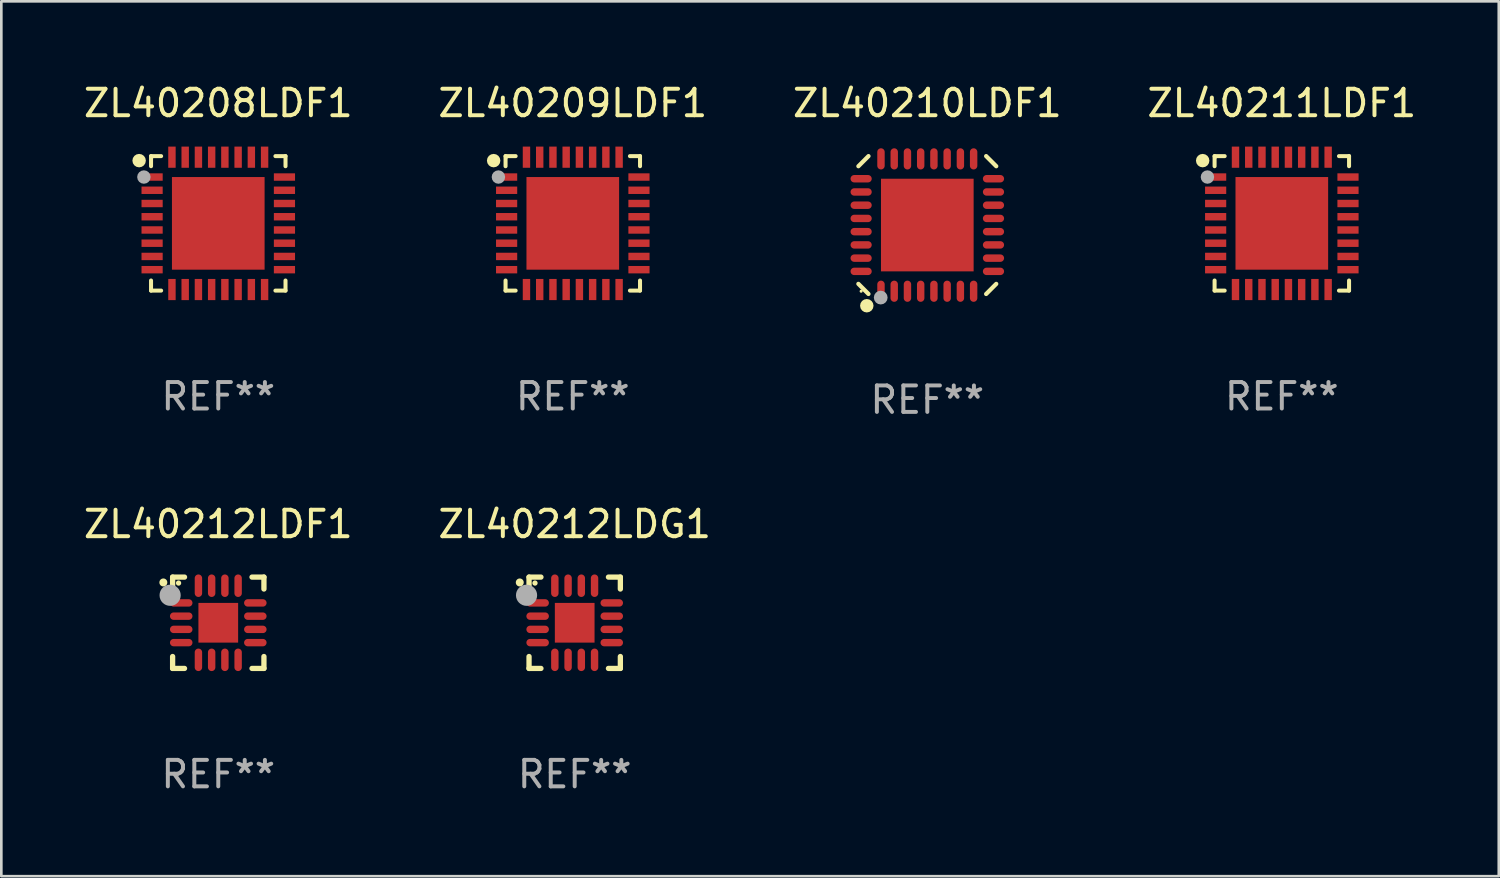
<source format=kicad_pcb>
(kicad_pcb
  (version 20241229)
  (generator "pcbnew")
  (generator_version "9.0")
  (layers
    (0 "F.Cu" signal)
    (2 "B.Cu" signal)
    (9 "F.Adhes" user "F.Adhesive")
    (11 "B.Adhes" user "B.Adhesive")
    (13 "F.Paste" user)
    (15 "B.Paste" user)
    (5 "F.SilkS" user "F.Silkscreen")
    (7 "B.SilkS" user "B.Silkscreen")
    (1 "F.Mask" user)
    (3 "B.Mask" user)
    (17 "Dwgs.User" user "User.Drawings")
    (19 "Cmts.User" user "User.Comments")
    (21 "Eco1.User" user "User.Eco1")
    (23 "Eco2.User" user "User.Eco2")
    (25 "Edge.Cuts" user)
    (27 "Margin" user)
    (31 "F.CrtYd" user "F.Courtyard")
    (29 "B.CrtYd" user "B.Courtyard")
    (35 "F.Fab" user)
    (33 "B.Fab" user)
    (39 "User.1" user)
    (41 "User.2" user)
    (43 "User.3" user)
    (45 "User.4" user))
  (footprint "ZL40209LDF1"
    (layer "F.Cu")
    (at 18.589 5.388)
    (property "Reference" "ZL40209LDF1" (at 0 -4.54 0) (layer "F.SilkS") (effects (font (size 1 1) (thickness 0.15))))
    (attr through_hole)
    (fp_line (start -2.54 -2.54) (end -2.159 -2.54) (stroke (width 0.152) (type solid)) (layer "F.SilkS"))
    (fp_line (start -2.54 -2.159) (end -2.54 -2.54) (stroke (width 0.152) (type solid)) (layer "F.SilkS"))
    (fp_line (start -2.54 2.54) (end -2.54 2.159) (stroke (width 0.152) (type solid)) (layer "F.SilkS"))
    (fp_line (start -2.159 2.54) (end -2.54 2.54) (stroke (width 0.152) (type solid)) (layer "F.SilkS"))
    (fp_line (start 2.159 -2.54) (end 2.54 -2.54) (stroke (width 0.152) (type solid)) (layer "F.SilkS"))
    (fp_line (start 2.54 -2.54) (end 2.54 -2.159) (stroke (width 0.152) (type solid)) (layer "F.SilkS"))
    (fp_line (start 2.54 2.159) (end 2.54 2.54) (stroke (width 0.152) (type solid)) (layer "F.SilkS"))
    (fp_line (start 2.54 2.54) (end 2.159 2.54) (stroke (width 0.152) (type solid)) (layer "F.SilkS"))
    (fp_circle (center -2.99 -2.37) (end -2.863 -2.37) (stroke (width 0.254) (type solid)) (fill no) (layer "F.SilkS"))
    (fp_circle (center -2.5 -2.5) (end -2.47 -2.5) (stroke (width 0.06) (type solid)) (fill no) (layer "F.SilkS"))
    (fp_circle (center -2.81 -1.75) (end -2.683 -1.75) (stroke (width 0.254) (type solid)) (fill no) (layer "F.Fab"))
    (fp_text user "REF**" (at 0 6.54 0) (layer "F.Fab") (effects (font (size 1 1) (thickness 0.15))))
    (pad "1" smd rect (at -2.5 -1.75 270) (size 0.28 0.8) (layers "F.Cu" "F.Mask" "F.Paste"))
    (pad "2" smd rect (at -2.5 -1.25 270) (size 0.28 0.8) (layers "F.Cu" "F.Mask" "F.Paste"))
    (pad "3" smd rect (at -2.5 -0.75 270) (size 0.28 0.8) (layers "F.Cu" "F.Mask" "F.Paste"))
    (pad "4" smd rect (at -2.5 -0.25 270) (size 0.28 0.8) (layers "F.Cu" "F.Mask" "F.Paste"))
    (pad "5" smd rect (at -2.5 0.25 270) (size 0.28 0.8) (layers "F.Cu" "F.Mask" "F.Paste"))
    (pad "6" smd rect (at -2.5 0.75 270) (size 0.28 0.8) (layers "F.Cu" "F.Mask" "F.Paste"))
    (pad "7" smd rect (at -2.5 1.25 270) (size 0.28 0.8) (layers "F.Cu" "F.Mask" "F.Paste"))
    (pad "8" smd rect (at -2.5 1.75 270) (size 0.28 0.8) (layers "F.Cu" "F.Mask" "F.Paste"))
    (pad "9" smd rect (at -1.75 2.5 270) (size 0.8 0.28) (layers "F.Cu" "F.Mask" "F.Paste"))
    (pad "10" smd rect (at -1.25 2.5 270) (size 0.8 0.28) (layers "F.Cu" "F.Mask" "F.Paste"))
    (pad "11" smd rect (at -0.75 2.5 270) (size 0.8 0.28) (layers "F.Cu" "F.Mask" "F.Paste"))
    (pad "12" smd rect (at -0.25 2.5 270) (size 0.8 0.28) (layers "F.Cu" "F.Mask" "F.Paste"))
    (pad "13" smd rect (at 0.25 2.5 270) (size 0.8 0.28) (layers "F.Cu" "F.Mask" "F.Paste"))
    (pad "14" smd rect (at 0.75 2.5 270) (size 0.8 0.28) (layers "F.Cu" "F.Mask" "F.Paste"))
    (pad "15" smd rect (at 1.25 2.5 270) (size 0.8 0.28) (layers "F.Cu" "F.Mask" "F.Paste"))
    (pad "16" smd rect (at 1.75 2.5 270) (size 0.8 0.28) (layers "F.Cu" "F.Mask" "F.Paste"))
    (pad "17" smd rect (at 2.5 1.75 270) (size 0.28 0.8) (layers "F.Cu" "F.Mask" "F.Paste"))
    (pad "18" smd rect (at 2.5 1.25 270) (size 0.28 0.8) (layers "F.Cu" "F.Mask" "F.Paste"))
    (pad "19" smd rect (at 2.5 0.75 270) (size 0.28 0.8) (layers "F.Cu" "F.Mask" "F.Paste"))
    (pad "20" smd rect (at 2.5 0.25 270) (size 0.28 0.8) (layers "F.Cu" "F.Mask" "F.Paste"))
    (pad "21" smd rect (at 2.5 -0.25 270) (size 0.28 0.8) (layers "F.Cu" "F.Mask" "F.Paste"))
    (pad "22" smd rect (at 2.5 -0.75 270) (size 0.28 0.8) (layers "F.Cu" "F.Mask" "F.Paste"))
    (pad "23" smd rect (at 2.5 -1.25 270) (size 0.28 0.8) (layers "F.Cu" "F.Mask" "F.Paste"))
    (pad "24" smd rect (at 2.5 -1.75 270) (size 0.28 0.8) (layers "F.Cu" "F.Mask" "F.Paste"))
    (pad "25" smd rect (at 1.75 -2.5 270) (size 0.8 0.28) (layers "F.Cu" "F.Mask" "F.Paste"))
    (pad "26" smd rect (at 1.25 -2.5 270) (size 0.8 0.28) (layers "F.Cu" "F.Mask" "F.Paste"))
    (pad "27" smd rect (at 0.75 -2.5 270) (size 0.8 0.28) (layers "F.Cu" "F.Mask" "F.Paste"))
    (pad "28" smd rect (at 0.25 -2.5 270) (size 0.8 0.28) (layers "F.Cu" "F.Mask" "F.Paste"))
    (pad "29" smd rect (at -0.25 -2.5 270) (size 0.8 0.28) (layers "F.Cu" "F.Mask" "F.Paste"))
    (pad "30" smd rect (at -0.75 -2.5 270) (size 0.8 0.28) (layers "F.Cu" "F.Mask" "F.Paste"))
    (pad "31" smd rect (at -1.25 -2.5 270) (size 0.8 0.28) (layers "F.Cu" "F.Mask" "F.Paste"))
    (pad "32" smd rect (at -1.75 -2.5 270) (size 0.8 0.28) (layers "F.Cu" "F.Mask" "F.Paste"))
    (pad "33" smd rect (at -0.000102 0.000102 270) (size 3.5 3.5) (layers "F.Cu" "F.Mask" "F.Paste")))
  (footprint "ZL40211LDF1"
    (layer "F.Cu")
    (at 45.375 5.388)
    (property "Reference" "ZL40211LDF1" (at 0 -4.54 0) (layer "F.SilkS") (effects (font (size 1 1) (thickness 0.15))))
    (attr through_hole)
    (fp_line (start -2.54 -2.54) (end -2.159 -2.54) (stroke (width 0.152) (type solid)) (layer "F.SilkS"))
    (fp_line (start -2.54 -2.159) (end -2.54 -2.54) (stroke (width 0.152) (type solid)) (layer "F.SilkS"))
    (fp_line (start -2.54 2.54) (end -2.54 2.159) (stroke (width 0.152) (type solid)) (layer "F.SilkS"))
    (fp_line (start -2.159 2.54) (end -2.54 2.54) (stroke (width 0.152) (type solid)) (layer "F.SilkS"))
    (fp_line (start 2.159 -2.54) (end 2.54 -2.54) (stroke (width 0.152) (type solid)) (layer "F.SilkS"))
    (fp_line (start 2.54 -2.54) (end 2.54 -2.159) (stroke (width 0.152) (type solid)) (layer "F.SilkS"))
    (fp_line (start 2.54 2.159) (end 2.54 2.54) (stroke (width 0.152) (type solid)) (layer "F.SilkS"))
    (fp_line (start 2.54 2.54) (end 2.159 2.54) (stroke (width 0.152) (type solid)) (layer "F.SilkS"))
    (fp_circle (center -2.99 -2.37) (end -2.863 -2.37) (stroke (width 0.254) (type solid)) (fill no) (layer "F.SilkS"))
    (fp_circle (center -2.5 -2.5) (end -2.47 -2.5) (stroke (width 0.06) (type solid)) (fill no) (layer "F.SilkS"))
    (fp_circle (center -2.81 -1.75) (end -2.683 -1.75) (stroke (width 0.254) (type solid)) (fill no) (layer "F.Fab"))
    (fp_text user "REF**" (at 0 6.54 0) (layer "F.Fab") (effects (font (size 1 1) (thickness 0.15))))
    (pad "1" smd rect (at -2.5 -1.75 270) (size 0.28 0.8) (layers "F.Cu" "F.Mask" "F.Paste"))
    (pad "2" smd rect (at -2.5 -1.25 270) (size 0.28 0.8) (layers "F.Cu" "F.Mask" "F.Paste"))
    (pad "3" smd rect (at -2.5 -0.75 270) (size 0.28 0.8) (layers "F.Cu" "F.Mask" "F.Paste"))
    (pad "4" smd rect (at -2.5 -0.25 270) (size 0.28 0.8) (layers "F.Cu" "F.Mask" "F.Paste"))
    (pad "5" smd rect (at -2.5 0.25 270) (size 0.28 0.8) (layers "F.Cu" "F.Mask" "F.Paste"))
    (pad "6" smd rect (at -2.5 0.75 270) (size 0.28 0.8) (layers "F.Cu" "F.Mask" "F.Paste"))
    (pad "7" smd rect (at -2.5 1.25 270) (size 0.28 0.8) (layers "F.Cu" "F.Mask" "F.Paste"))
    (pad "8" smd rect (at -2.5 1.75 270) (size 0.28 0.8) (layers "F.Cu" "F.Mask" "F.Paste"))
    (pad "9" smd rect (at -1.75 2.5 270) (size 0.8 0.28) (layers "F.Cu" "F.Mask" "F.Paste"))
    (pad "10" smd rect (at -1.25 2.5 270) (size 0.8 0.28) (layers "F.Cu" "F.Mask" "F.Paste"))
    (pad "11" smd rect (at -0.75 2.5 270) (size 0.8 0.28) (layers "F.Cu" "F.Mask" "F.Paste"))
    (pad "12" smd rect (at -0.25 2.5 270) (size 0.8 0.28) (layers "F.Cu" "F.Mask" "F.Paste"))
    (pad "13" smd rect (at 0.25 2.5 270) (size 0.8 0.28) (layers "F.Cu" "F.Mask" "F.Paste"))
    (pad "14" smd rect (at 0.75 2.5 270) (size 0.8 0.28) (layers "F.Cu" "F.Mask" "F.Paste"))
    (pad "15" smd rect (at 1.25 2.5 270) (size 0.8 0.28) (layers "F.Cu" "F.Mask" "F.Paste"))
    (pad "16" smd rect (at 1.75 2.5 270) (size 0.8 0.28) (layers "F.Cu" "F.Mask" "F.Paste"))
    (pad "17" smd rect (at 2.5 1.75 270) (size 0.28 0.8) (layers "F.Cu" "F.Mask" "F.Paste"))
    (pad "18" smd rect (at 2.5 1.25 270) (size 0.28 0.8) (layers "F.Cu" "F.Mask" "F.Paste"))
    (pad "19" smd rect (at 2.5 0.75 270) (size 0.28 0.8) (layers "F.Cu" "F.Mask" "F.Paste"))
    (pad "20" smd rect (at 2.5 0.25 270) (size 0.28 0.8) (layers "F.Cu" "F.Mask" "F.Paste"))
    (pad "21" smd rect (at 2.5 -0.25 270) (size 0.28 0.8) (layers "F.Cu" "F.Mask" "F.Paste"))
    (pad "22" smd rect (at 2.5 -0.75 270) (size 0.28 0.8) (layers "F.Cu" "F.Mask" "F.Paste"))
    (pad "23" smd rect (at 2.5 -1.25 270) (size 0.28 0.8) (layers "F.Cu" "F.Mask" "F.Paste"))
    (pad "24" smd rect (at 2.5 -1.75 270) (size 0.28 0.8) (layers "F.Cu" "F.Mask" "F.Paste"))
    (pad "25" smd rect (at 1.75 -2.5 270) (size 0.8 0.28) (layers "F.Cu" "F.Mask" "F.Paste"))
    (pad "26" smd rect (at 1.25 -2.5 270) (size 0.8 0.28) (layers "F.Cu" "F.Mask" "F.Paste"))
    (pad "27" smd rect (at 0.75 -2.5 270) (size 0.8 0.28) (layers "F.Cu" "F.Mask" "F.Paste"))
    (pad "28" smd rect (at 0.25 -2.5 270) (size 0.8 0.28) (layers "F.Cu" "F.Mask" "F.Paste"))
    (pad "29" smd rect (at -0.25 -2.5 270) (size 0.8 0.28) (layers "F.Cu" "F.Mask" "F.Paste"))
    (pad "30" smd rect (at -0.75 -2.5 270) (size 0.8 0.28) (layers "F.Cu" "F.Mask" "F.Paste"))
    (pad "31" smd rect (at -1.25 -2.5 270) (size 0.8 0.28) (layers "F.Cu" "F.Mask" "F.Paste"))
    (pad "32" smd rect (at -1.75 -2.5 270) (size 0.8 0.28) (layers "F.Cu" "F.Mask" "F.Paste"))
    (pad "33" smd rect (at -0.000102 0.000102 270) (size 3.5 3.5) (layers "F.Cu" "F.Mask" "F.Paste")))
  (footprint "ZL40212LDG1"
    (layer "F.Cu")
    (at 18.661 20.477)
    (property "Reference" "ZL40212LDG1" (at 0 -3.725 0) (layer "F.SilkS") (effects (font (size 1 1) (thickness 0.15))))
    (attr through_hole)
    (fp_line (start -1.725 -1.725) (end -1.275 -1.725) (stroke (width 0.2) (type solid)) (layer "F.SilkS"))
    (fp_line (start -1.725 -1.275) (end -1.725 -1.725) (stroke (width 0.2) (type solid)) (layer "F.SilkS"))
    (fp_line (start -1.725 1.725) (end -1.725 1.275) (stroke (width 0.2) (type solid)) (layer "F.SilkS"))
    (fp_line (start -1.275 1.725) (end -1.725 1.725) (stroke (width 0.2) (type solid)) (layer "F.SilkS"))
    (fp_line (start 1.275 -1.725) (end 1.725 -1.725) (stroke (width 0.2) (type solid)) (layer "F.SilkS"))
    (fp_line (start 1.275 1.725) (end 1.725 1.725) (stroke (width 0.2) (type solid)) (layer "F.SilkS"))
    (fp_line (start 1.725 -1.725) (end 1.725 -1.275) (stroke (width 0.2) (type solid)) (layer "F.SilkS"))
    (fp_line (start 1.725 1.725) (end 1.725 1.275) (stroke (width 0.2) (type solid)) (layer "F.SilkS"))
    (fp_arc (start -2.075184 -1.521463) (mid -2.075189 -1.522733) (end -2.075184 -1.524003) (stroke (width 0.3) (type solid)) (layer "F.SilkS"))
    (fp_circle (center -1.5 -1.5) (end -1.45 -1.5) (stroke (width 0.1) (type solid)) (fill no) (layer "F.SilkS"))
    (fp_circle (center -1.819 -1.039) (end -1.619 -1.039) (stroke (width 0.4) (type solid)) (fill no) (layer "F.Fab"))
    (fp_text user "REF**" (at 0 5.725 0) (layer "F.Fab") (effects (font (size 1 1) (thickness 0.15))))
    (pad "1" smd oval (at -1.4 -0.75 90) (size 0.28 0.85) (layers "F.Cu" "F.Mask" "F.Paste"))
    (pad "2" smd oval (at -1.4 -0.25 90) (size 0.28 0.85) (layers "F.Cu" "F.Mask" "F.Paste"))
    (pad "3" smd oval (at -1.4 0.25 90) (size 0.28 0.85) (layers "F.Cu" "F.Mask" "F.Paste"))
    (pad "4" smd oval (at -1.4 0.75 90) (size 0.28 0.85) (layers "F.Cu" "F.Mask" "F.Paste"))
    (pad "5" smd oval (at -0.75 1.4) (size 0.28 0.85) (layers "F.Cu" "F.Mask" "F.Paste"))
    (pad "6" smd oval (at -0.25 1.4) (size 0.28 0.85) (layers "F.Cu" "F.Mask" "F.Paste"))
    (pad "7" smd oval (at 0.25 1.4) (size 0.28 0.85) (layers "F.Cu" "F.Mask" "F.Paste"))
    (pad "8" smd oval (at 0.75 1.4) (size 0.28 0.85) (layers "F.Cu" "F.Mask" "F.Paste"))
    (pad "9" smd oval (at 1.4 0.75 90) (size 0.28 0.85) (layers "F.Cu" "F.Mask" "F.Paste"))
    (pad "10" smd oval (at 1.4 0.25 90) (size 0.28 0.85) (layers "F.Cu" "F.Mask" "F.Paste"))
    (pad "11" smd oval (at 1.4 -0.25 90) (size 0.28 0.85) (layers "F.Cu" "F.Mask" "F.Paste"))
    (pad "12" smd oval (at 1.4 -0.75 90) (size 0.28 0.85) (layers "F.Cu" "F.Mask" "F.Paste"))
    (pad "13" smd oval (at 0.75 -1.4) (size 0.28 0.85) (layers "F.Cu" "F.Mask" "F.Paste"))
    (pad "14" smd oval (at 0.25 -1.4) (size 0.28 0.85) (layers "F.Cu" "F.Mask" "F.Paste"))
    (pad "15" smd oval (at -0.25 -1.4) (size 0.28 0.85) (layers "F.Cu" "F.Mask" "F.Paste"))
    (pad "16" smd oval (at -0.75 -1.4) (size 0.28 0.85) (layers "F.Cu" "F.Mask" "F.Paste"))
    (pad "17" smd rect (at -0.000051 -0.000051) (size 1.5 1.5) (layers "F.Cu" "F.Mask" "F.Paste")))
  (footprint "ZL40210LDF1"
    (layer "F.Cu")
    (at 31.982 5.452)
    (property "Reference" "ZL40210LDF1" (at 0 -4.604 0) (layer "F.SilkS") (effects (font (size 1 1) (thickness 0.15))))
    (attr through_hole)
    (fp_line (start -2.223 2.603) (end -2.604 2.222) (stroke (width 0.16) (type solid)) (layer "F.SilkS"))
    (fp_line (start -2.222 -2.604) (end -2.603 -2.223) (stroke (width 0.16) (type solid)) (layer "F.SilkS"))
    (fp_line (start 2.223 -2.604) (end 2.604 -2.223) (stroke (width 0.16) (type solid)) (layer "F.SilkS"))
    (fp_line (start 2.604 2.223) (end 2.223 2.604) (stroke (width 0.16) (type solid)) (layer "F.SilkS"))
    (fp_circle (center -2.5 2.5) (end -2.47 2.5) (stroke (width 0.06) (type solid)) (fill no) (layer "F.SilkS"))
    (fp_circle (center -2.286 3.048) (end -2.159 3.048) (stroke (width 0.254) (type solid)) (fill no) (layer "F.SilkS"))
    (fp_circle (center -1.76 2.74) (end -1.63 2.74) (stroke (width 0.26) (type solid)) (fill no) (layer "F.Fab"))
    (fp_text user "REF**" (at 0 6.604 0) (layer "F.Fab") (effects (font (size 1 1) (thickness 0.15))))
    (pad "1" smd oval (at -1.75 2.5) (size 0.28 0.8) (layers "F.Cu" "F.Mask" "F.Paste"))
    (pad "2" smd oval (at -1.25 2.5) (size 0.28 0.8) (layers "F.Cu" "F.Mask" "F.Paste"))
    (pad "3" smd oval (at -0.75 2.5) (size 0.28 0.8) (layers "F.Cu" "F.Mask" "F.Paste"))
    (pad "4" smd oval (at -0.25 2.5) (size 0.28 0.8) (layers "F.Cu" "F.Mask" "F.Paste"))
    (pad "5" smd oval (at 0.25 2.5) (size 0.28 0.8) (layers "F.Cu" "F.Mask" "F.Paste"))
    (pad "6" smd oval (at 0.75 2.5) (size 0.28 0.8) (layers "F.Cu" "F.Mask" "F.Paste"))
    (pad "7" smd oval (at 1.25 2.5) (size 0.28 0.8) (layers "F.Cu" "F.Mask" "F.Paste"))
    (pad "8" smd oval (at 1.75 2.5) (size 0.28 0.8) (layers "F.Cu" "F.Mask" "F.Paste"))
    (pad "9" smd oval (at 2.5 1.75) (size 0.8 0.28) (layers "F.Cu" "F.Mask" "F.Paste"))
    (pad "10" smd oval (at 2.5 1.25) (size 0.8 0.28) (layers "F.Cu" "F.Mask" "F.Paste"))
    (pad "11" smd oval (at 2.5 0.75) (size 0.8 0.28) (layers "F.Cu" "F.Mask" "F.Paste"))
    (pad "12" smd oval (at 2.5 0.25) (size 0.8 0.28) (layers "F.Cu" "F.Mask" "F.Paste"))
    (pad "13" smd oval (at 2.5 -0.25) (size 0.8 0.28) (layers "F.Cu" "F.Mask" "F.Paste"))
    (pad "14" smd oval (at 2.5 -0.75) (size 0.8 0.28) (layers "F.Cu" "F.Mask" "F.Paste"))
    (pad "15" smd oval (at 2.5 -1.25) (size 0.8 0.28) (layers "F.Cu" "F.Mask" "F.Paste"))
    (pad "16" smd oval (at 2.5 -1.75) (size 0.8 0.28) (layers "F.Cu" "F.Mask" "F.Paste"))
    (pad "17" smd oval (at 1.75 -2.5) (size 0.28 0.8) (layers "F.Cu" "F.Mask" "F.Paste"))
    (pad "18" smd oval (at 1.25 -2.5) (size 0.28 0.8) (layers "F.Cu" "F.Mask" "F.Paste"))
    (pad "19" smd oval (at 0.75 -2.5) (size 0.28 0.8) (layers "F.Cu" "F.Mask" "F.Paste"))
    (pad "20" smd oval (at 0.25 -2.5) (size 0.28 0.8) (layers "F.Cu" "F.Mask" "F.Paste"))
    (pad "21" smd oval (at -0.25 -2.5) (size 0.28 0.8) (layers "F.Cu" "F.Mask" "F.Paste"))
    (pad "22" smd oval (at -0.75 -2.5) (size 0.28 0.8) (layers "F.Cu" "F.Mask" "F.Paste"))
    (pad "23" smd oval (at -1.25 -2.5) (size 0.28 0.8) (layers "F.Cu" "F.Mask" "F.Paste"))
    (pad "24" smd oval (at -1.75 -2.5) (size 0.28 0.8) (layers "F.Cu" "F.Mask" "F.Paste"))
    (pad "25" smd oval (at -2.5 -1.75) (size 0.8 0.28) (layers "F.Cu" "F.Mask" "F.Paste"))
    (pad "26" smd oval (at -2.5 -1.25) (size 0.8 0.28) (layers "F.Cu" "F.Mask" "F.Paste"))
    (pad "27" smd oval (at -2.5 -0.75) (size 0.8 0.28) (layers "F.Cu" "F.Mask" "F.Paste"))
    (pad "28" smd oval (at -2.5 -0.25) (size 0.8 0.28) (layers "F.Cu" "F.Mask" "F.Paste"))
    (pad "29" smd oval (at -2.5 0.25) (size 0.8 0.28) (layers "F.Cu" "F.Mask" "F.Paste"))
    (pad "30" smd oval (at -2.5 0.75) (size 0.8 0.28) (layers "F.Cu" "F.Mask" "F.Paste"))
    (pad "31" smd oval (at -2.5 1.25) (size 0.8 0.28) (layers "F.Cu" "F.Mask" "F.Paste"))
    (pad "32" smd oval (at -2.5 1.75) (size 0.8 0.28) (layers "F.Cu" "F.Mask" "F.Paste"))
    (pad "33" smd rect (at 0.000038 -0.000025) (size 3.5 3.5) (layers "F.Cu" "F.Mask" "F.Paste")))
  (footprint "ZL40208LDF1"
    (layer "F.Cu")
    (at 5.196 5.388)
    (property "Reference" "ZL40208LDF1" (at 0 -4.54 0) (layer "F.SilkS") (effects (font (size 1 1) (thickness 0.15))))
    (attr through_hole)
    (fp_line (start -2.54 -2.54) (end -2.159 -2.54) (stroke (width 0.152) (type solid)) (layer "F.SilkS"))
    (fp_line (start -2.54 -2.159) (end -2.54 -2.54) (stroke (width 0.152) (type solid)) (layer "F.SilkS"))
    (fp_line (start -2.54 2.54) (end -2.54 2.159) (stroke (width 0.152) (type solid)) (layer "F.SilkS"))
    (fp_line (start -2.159 2.54) (end -2.54 2.54) (stroke (width 0.152) (type solid)) (layer "F.SilkS"))
    (fp_line (start 2.159 -2.54) (end 2.54 -2.54) (stroke (width 0.152) (type solid)) (layer "F.SilkS"))
    (fp_line (start 2.54 -2.54) (end 2.54 -2.159) (stroke (width 0.152) (type solid)) (layer "F.SilkS"))
    (fp_line (start 2.54 2.159) (end 2.54 2.54) (stroke (width 0.152) (type solid)) (layer "F.SilkS"))
    (fp_line (start 2.54 2.54) (end 2.159 2.54) (stroke (width 0.152) (type solid)) (layer "F.SilkS"))
    (fp_circle (center -2.99 -2.37) (end -2.863 -2.37) (stroke (width 0.254) (type solid)) (fill no) (layer "F.SilkS"))
    (fp_circle (center -2.5 -2.5) (end -2.47 -2.5) (stroke (width 0.06) (type solid)) (fill no) (layer "F.SilkS"))
    (fp_circle (center -2.81 -1.75) (end -2.683 -1.75) (stroke (width 0.254) (type solid)) (fill no) (layer "F.Fab"))
    (fp_text user "REF**" (at 0 6.54 0) (layer "F.Fab") (effects (font (size 1 1) (thickness 0.15))))
    (pad "1" smd rect (at -2.5 -1.75 270) (size 0.28 0.8) (layers "F.Cu" "F.Mask" "F.Paste"))
    (pad "2" smd rect (at -2.5 -1.25 270) (size 0.28 0.8) (layers "F.Cu" "F.Mask" "F.Paste"))
    (pad "3" smd rect (at -2.5 -0.75 270) (size 0.28 0.8) (layers "F.Cu" "F.Mask" "F.Paste"))
    (pad "4" smd rect (at -2.5 -0.25 270) (size 0.28 0.8) (layers "F.Cu" "F.Mask" "F.Paste"))
    (pad "5" smd rect (at -2.5 0.25 270) (size 0.28 0.8) (layers "F.Cu" "F.Mask" "F.Paste"))
    (pad "6" smd rect (at -2.5 0.75 270) (size 0.28 0.8) (layers "F.Cu" "F.Mask" "F.Paste"))
    (pad "7" smd rect (at -2.5 1.25 270) (size 0.28 0.8) (layers "F.Cu" "F.Mask" "F.Paste"))
    (pad "8" smd rect (at -2.5 1.75 270) (size 0.28 0.8) (layers "F.Cu" "F.Mask" "F.Paste"))
    (pad "9" smd rect (at -1.75 2.5 270) (size 0.8 0.28) (layers "F.Cu" "F.Mask" "F.Paste"))
    (pad "10" smd rect (at -1.25 2.5 270) (size 0.8 0.28) (layers "F.Cu" "F.Mask" "F.Paste"))
    (pad "11" smd rect (at -0.75 2.5 270) (size 0.8 0.28) (layers "F.Cu" "F.Mask" "F.Paste"))
    (pad "12" smd rect (at -0.25 2.5 270) (size 0.8 0.28) (layers "F.Cu" "F.Mask" "F.Paste"))
    (pad "13" smd rect (at 0.25 2.5 270) (size 0.8 0.28) (layers "F.Cu" "F.Mask" "F.Paste"))
    (pad "14" smd rect (at 0.75 2.5 270) (size 0.8 0.28) (layers "F.Cu" "F.Mask" "F.Paste"))
    (pad "15" smd rect (at 1.25 2.5 270) (size 0.8 0.28) (layers "F.Cu" "F.Mask" "F.Paste"))
    (pad "16" smd rect (at 1.75 2.5 270) (size 0.8 0.28) (layers "F.Cu" "F.Mask" "F.Paste"))
    (pad "17" smd rect (at 2.5 1.75 270) (size 0.28 0.8) (layers "F.Cu" "F.Mask" "F.Paste"))
    (pad "18" smd rect (at 2.5 1.25 270) (size 0.28 0.8) (layers "F.Cu" "F.Mask" "F.Paste"))
    (pad "19" smd rect (at 2.5 0.75 270) (size 0.28 0.8) (layers "F.Cu" "F.Mask" "F.Paste"))
    (pad "20" smd rect (at 2.5 0.25 270) (size 0.28 0.8) (layers "F.Cu" "F.Mask" "F.Paste"))
    (pad "21" smd rect (at 2.5 -0.25 270) (size 0.28 0.8) (layers "F.Cu" "F.Mask" "F.Paste"))
    (pad "22" smd rect (at 2.5 -0.75 270) (size 0.28 0.8) (layers "F.Cu" "F.Mask" "F.Paste"))
    (pad "23" smd rect (at 2.5 -1.25 270) (size 0.28 0.8) (layers "F.Cu" "F.Mask" "F.Paste"))
    (pad "24" smd rect (at 2.5 -1.75 270) (size 0.28 0.8) (layers "F.Cu" "F.Mask" "F.Paste"))
    (pad "25" smd rect (at 1.75 -2.5 270) (size 0.8 0.28) (layers "F.Cu" "F.Mask" "F.Paste"))
    (pad "26" smd rect (at 1.25 -2.5 270) (size 0.8 0.28) (layers "F.Cu" "F.Mask" "F.Paste"))
    (pad "27" smd rect (at 0.75 -2.5 270) (size 0.8 0.28) (layers "F.Cu" "F.Mask" "F.Paste"))
    (pad "28" smd rect (at 0.25 -2.5 270) (size 0.8 0.28) (layers "F.Cu" "F.Mask" "F.Paste"))
    (pad "29" smd rect (at -0.25 -2.5 270) (size 0.8 0.28) (layers "F.Cu" "F.Mask" "F.Paste"))
    (pad "30" smd rect (at -0.75 -2.5 270) (size 0.8 0.28) (layers "F.Cu" "F.Mask" "F.Paste"))
    (pad "31" smd rect (at -1.25 -2.5 270) (size 0.8 0.28) (layers "F.Cu" "F.Mask" "F.Paste"))
    (pad "32" smd rect (at -1.75 -2.5 270) (size 0.8 0.28) (layers "F.Cu" "F.Mask" "F.Paste"))
    (pad "33" smd rect (at -0.000102 0.000102 270) (size 3.5 3.5) (layers "F.Cu" "F.Mask" "F.Paste")))
  (footprint "ZL40212LDF1"
    (layer "F.Cu")
    (at 5.196 20.477)
    (property "Reference" "ZL40212LDF1" (at 0 -3.725 0) (layer "F.SilkS") (effects (font (size 1 1) (thickness 0.15))))
    (attr through_hole)
    (fp_line (start -1.725 -1.725) (end -1.275 -1.725) (stroke (width 0.2) (type solid)) (layer "F.SilkS"))
    (fp_line (start -1.725 -1.275) (end -1.725 -1.725) (stroke (width 0.2) (type solid)) (layer "F.SilkS"))
    (fp_line (start -1.725 1.725) (end -1.725 1.275) (stroke (width 0.2) (type solid)) (layer "F.SilkS"))
    (fp_line (start -1.275 1.725) (end -1.725 1.725) (stroke (width 0.2) (type solid)) (layer "F.SilkS"))
    (fp_line (start 1.275 -1.725) (end 1.725 -1.725) (stroke (width 0.2) (type solid)) (layer "F.SilkS"))
    (fp_line (start 1.275 1.725) (end 1.725 1.725) (stroke (width 0.2) (type solid)) (layer "F.SilkS"))
    (fp_line (start 1.725 -1.725) (end 1.725 -1.275) (stroke (width 0.2) (type solid)) (layer "F.SilkS"))
    (fp_line (start 1.725 1.725) (end 1.725 1.275) (stroke (width 0.2) (type solid)) (layer "F.SilkS"))
    (fp_arc (start -2.075184 -1.521463) (mid -2.075189 -1.522733) (end -2.075184 -1.524003) (stroke (width 0.3) (type solid)) (layer "F.SilkS"))
    (fp_circle (center -1.5 -1.5) (end -1.45 -1.5) (stroke (width 0.1) (type solid)) (fill no) (layer "F.SilkS"))
    (fp_circle (center -1.819 -1.039) (end -1.619 -1.039) (stroke (width 0.4) (type solid)) (fill no) (layer "F.Fab"))
    (fp_text user "REF**" (at 0 5.725 0) (layer "F.Fab") (effects (font (size 1 1) (thickness 0.15))))
    (pad "1" smd oval (at -1.4 -0.75 90) (size 0.28 0.85) (layers "F.Cu" "F.Mask" "F.Paste"))
    (pad "2" smd oval (at -1.4 -0.25 90) (size 0.28 0.85) (layers "F.Cu" "F.Mask" "F.Paste"))
    (pad "3" smd oval (at -1.4 0.25 90) (size 0.28 0.85) (layers "F.Cu" "F.Mask" "F.Paste"))
    (pad "4" smd oval (at -1.4 0.75 90) (size 0.28 0.85) (layers "F.Cu" "F.Mask" "F.Paste"))
    (pad "5" smd oval (at -0.75 1.4) (size 0.28 0.85) (layers "F.Cu" "F.Mask" "F.Paste"))
    (pad "6" smd oval (at -0.25 1.4) (size 0.28 0.85) (layers "F.Cu" "F.Mask" "F.Paste"))
    (pad "7" smd oval (at 0.25 1.4) (size 0.28 0.85) (layers "F.Cu" "F.Mask" "F.Paste"))
    (pad "8" smd oval (at 0.75 1.4) (size 0.28 0.85) (layers "F.Cu" "F.Mask" "F.Paste"))
    (pad "9" smd oval (at 1.4 0.75 90) (size 0.28 0.85) (layers "F.Cu" "F.Mask" "F.Paste"))
    (pad "10" smd oval (at 1.4 0.25 90) (size 0.28 0.85) (layers "F.Cu" "F.Mask" "F.Paste"))
    (pad "11" smd oval (at 1.4 -0.25 90) (size 0.28 0.85) (layers "F.Cu" "F.Mask" "F.Paste"))
    (pad "12" smd oval (at 1.4 -0.75 90) (size 0.28 0.85) (layers "F.Cu" "F.Mask" "F.Paste"))
    (pad "13" smd oval (at 0.75 -1.4) (size 0.28 0.85) (layers "F.Cu" "F.Mask" "F.Paste"))
    (pad "14" smd oval (at 0.25 -1.4) (size 0.28 0.85) (layers "F.Cu" "F.Mask" "F.Paste"))
    (pad "15" smd oval (at -0.25 -1.4) (size 0.28 0.85) (layers "F.Cu" "F.Mask" "F.Paste"))
    (pad "16" smd oval (at -0.75 -1.4) (size 0.28 0.85) (layers "F.Cu" "F.Mask" "F.Paste"))
    (pad "17" smd rect (at -0.000051 -0.000051) (size 1.5 1.5) (layers "F.Cu" "F.Mask" "F.Paste")))
  (gr_rect
    (start -3 -3)
    (end 53.571 30.05)
    (stroke (width 0.1) (type default))
    (fill no)
    (layer "Edge.Cuts")))
</source>
